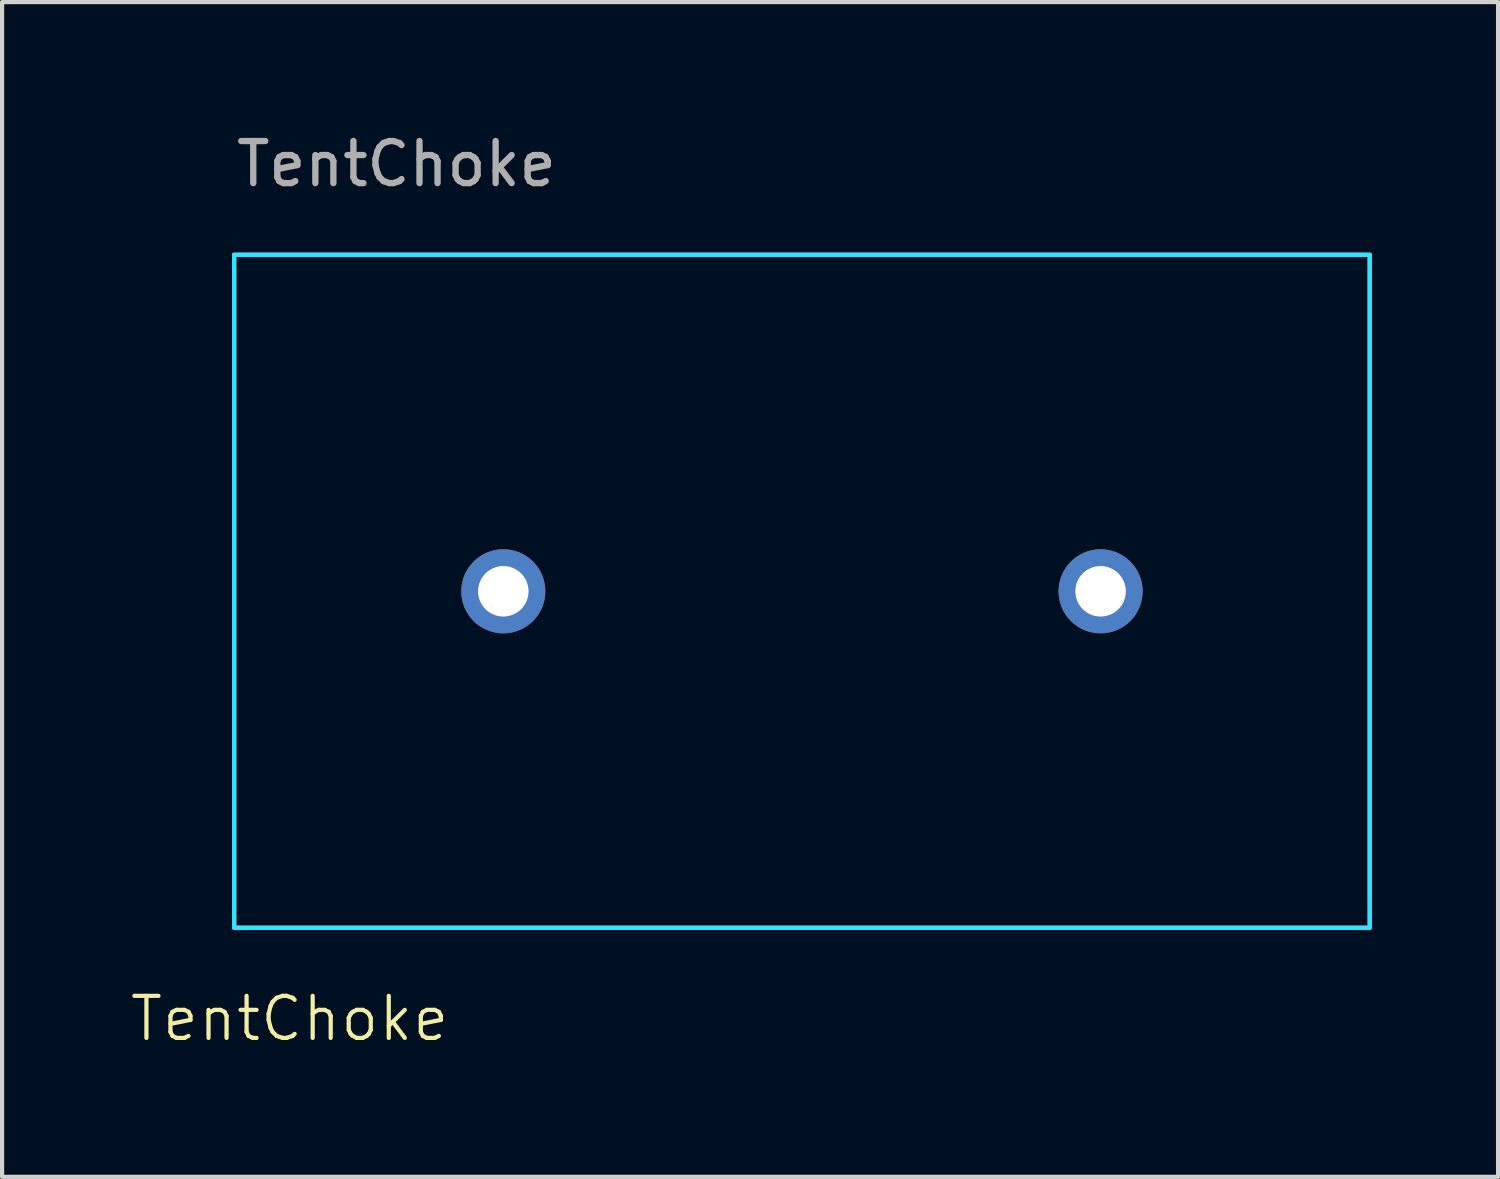
<source format=kicad_pcb>
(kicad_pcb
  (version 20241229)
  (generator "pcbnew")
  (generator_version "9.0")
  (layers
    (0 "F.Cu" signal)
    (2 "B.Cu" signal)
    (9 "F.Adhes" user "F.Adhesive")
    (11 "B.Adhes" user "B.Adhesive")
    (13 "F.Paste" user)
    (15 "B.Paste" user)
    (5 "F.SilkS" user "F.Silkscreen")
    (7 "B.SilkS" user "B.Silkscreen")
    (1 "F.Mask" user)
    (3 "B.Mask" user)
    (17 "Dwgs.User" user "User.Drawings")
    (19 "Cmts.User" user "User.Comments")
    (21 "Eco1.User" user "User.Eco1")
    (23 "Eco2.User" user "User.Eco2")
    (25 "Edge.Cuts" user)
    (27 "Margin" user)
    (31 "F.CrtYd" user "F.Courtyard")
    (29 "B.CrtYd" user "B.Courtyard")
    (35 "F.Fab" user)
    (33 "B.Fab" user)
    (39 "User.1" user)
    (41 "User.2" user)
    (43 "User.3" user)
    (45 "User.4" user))
  (footprint "TentChoke"
    (layer "F.Cu")
    (at 8.916 11.008)
    (property "Reference" "TentChoke" (at -5.08 10.16 0) (unlocked yes) (layer "F.SilkS") (effects (font (size 1 1) (thickness 0.1))))
    (attr through_hole)
    (fp_rect (start -6.4 -8) (end 20.6 8) (stroke (width 0.1) (type default)) (fill no) (layer "F.SilkS"))
    (fp_rect (start -6.4 -8) (end 20.6 8) (stroke (width 0.1) (type default)) (fill no) (layer "B.CrtYd"))
    (fp_rect (start -6.4 -8) (end 20.6 8) (stroke (width 0.1) (type default)) (fill no) (layer "F.CrtYd"))
    (fp_text user "${REFERENCE}" (at -2.54 -10.16 0) (unlocked yes) (layer "F.Fab") (effects (font (size 1 1) (thickness 0.15))))
    (pad "1" thru_hole circle (at 0 0) (size 2 2) (drill 1.2) (layers "*.Cu" "*.Mask"))
    (pad "2" thru_hole circle (at 14.2 0) (size 2 2) (drill 1.2) (layers "*.Cu" "*.Mask")))
  (gr_rect
    (start -3 -3)
    (end 32.566 24.929)
    (stroke (width 0.1) (type default))
    (fill no)
    (layer "Edge.Cuts")))
</source>
